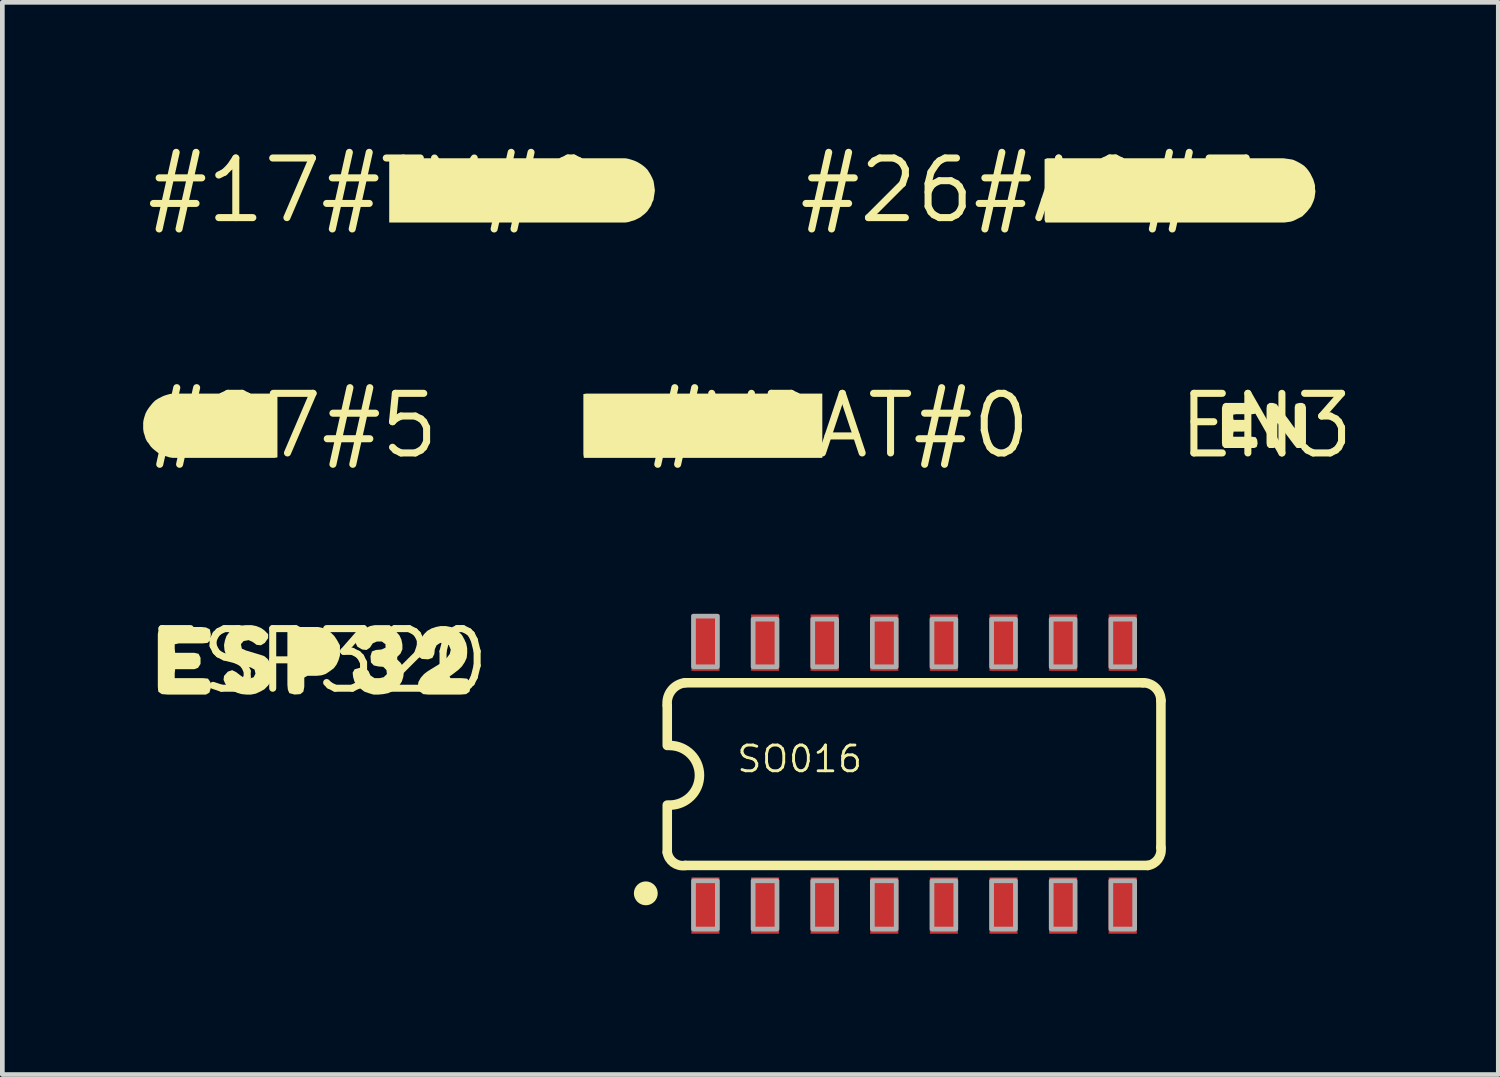
<source format=kicad_pcb>
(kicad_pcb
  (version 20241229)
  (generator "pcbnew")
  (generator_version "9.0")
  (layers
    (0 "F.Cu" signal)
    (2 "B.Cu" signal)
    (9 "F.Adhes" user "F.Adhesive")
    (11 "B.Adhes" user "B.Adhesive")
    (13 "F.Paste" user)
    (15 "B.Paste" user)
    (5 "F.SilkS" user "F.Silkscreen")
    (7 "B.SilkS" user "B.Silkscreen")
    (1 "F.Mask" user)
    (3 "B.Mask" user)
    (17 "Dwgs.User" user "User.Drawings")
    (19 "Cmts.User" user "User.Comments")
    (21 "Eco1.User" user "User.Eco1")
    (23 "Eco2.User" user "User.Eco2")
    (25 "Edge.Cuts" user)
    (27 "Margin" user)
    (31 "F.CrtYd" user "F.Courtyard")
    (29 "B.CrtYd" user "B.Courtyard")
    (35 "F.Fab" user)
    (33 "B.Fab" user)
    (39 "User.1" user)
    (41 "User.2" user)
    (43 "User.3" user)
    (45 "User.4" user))
  (footprint "#VBAT#0"
    (layer "F.Cu")
    (at 14.802 6.019)
    (property "Reference" "#VBAT#0" (at 0 0 0) (layer "F.SilkS") (effects (font (size 1.27 1.27) (thickness 0.15))))
    (fp_poly (pts (xy -0.335 0.685) (xy -5.414 0.685) (xy -5.425 0.61) (xy -5.425 -0.674) (xy -5.36 -0.685) (xy -0.335 -0.685)) (stroke (width 0) (type solid)) (fill yes) (layer "F.SilkS")))
  (footprint "EN3"
    (layer "F.Cu")
    (at 23.925 6.019)
    (property "Reference" "EN3" (at 0 0 0) (layer "F.SilkS") (effects (font (size 1.27 1.27) (thickness 0.15))))
    (fp_poly (pts (xy 0.213 -0.464) (xy 0.254 -0.413) (xy 0.464 -0.143) (xy 0.605 0.054) (xy 0.605 -0.401) (xy 0.626 -0.464) (xy 0.699 -0.485) (xy 0.771 -0.485) (xy 0.824 -0.453) (xy 0.845 -0.391) (xy 0.845 0.36) (xy 0.835 0.422) (xy 0.803 0.465) (xy 0.72 0.475) (xy 0.648 0.475) (xy 0.596 0.413) (xy 0.243 -0.058) (xy 0.235 -0.01) (xy 0.235 0.401) (xy 0.214 0.454) (xy 0.151 0.475) (xy 0.058 0.475) (xy 0.015 0.432) (xy 0.005 0.37) (xy 0.005 -0.37) (xy 0.015 -0.443) (xy 0.068 -0.485) (xy 0.141 -0.485)) (stroke (width 0) (type solid)) (fill yes) (layer "F.SilkS"))
    (fp_poly (pts (xy -0.206 -0.453) (xy -0.185 -0.38) (xy -0.195 -0.287) (xy -0.238 -0.255) (xy -0.31 -0.245) (xy -0.65 -0.245) (xy -0.705 -0.236) (xy -0.705 -0.17) (xy -0.696 -0.125) (xy -0.419 -0.125) (xy -0.367 -0.104) (xy -0.335 -0.051) (xy -0.335 0.041) (xy -0.367 0.094) (xy -0.419 0.115) (xy -0.5 0.125) (xy -0.696 0.125) (xy -0.705 0.18) (xy -0.705 0.235) (xy -0.3 0.235) (xy -0.227 0.245) (xy -0.195 0.298) (xy -0.185 0.38) (xy -0.206 0.454) (xy -0.259 0.475) (xy -0.892 0.475) (xy -0.935 0.432) (xy -0.945 0.37) (xy -0.945 -0.381) (xy -0.924 -0.453) (xy -0.882 -0.485) (xy -0.259 -0.485)) (stroke (width 0) (type solid)) (fill yes) (layer "F.SilkS")))
  (footprint "#26#A0#3"
    (layer "F.Cu")
    (at 18.867 1.006)
    (property "Reference" "#26#A0#3" (at 0 0 0) (layer "F.SilkS") (effects (font (size 1.27 1.27) (thickness 0.15))))
    (fp_poly (pts (xy 5.491 -0.675) (xy 5.561 -0.665) (xy 5.621 -0.655) (xy 5.692 -0.625) (xy 5.752 -0.594) (xy 5.803 -0.564) (xy 5.863 -0.524) (xy 5.914 -0.473) (xy 5.954 -0.423) (xy 5.994 -0.363) (xy 6.055 -0.242) (xy 6.075 -0.181) (xy 6.095 -0.111) (xy 6.095 -0.04) (xy 6.105 0.02) (xy 6.095 0.091) (xy 6.085 0.161) (xy 6.065 0.222) (xy 6.035 0.292) (xy 6.004 0.353) (xy 5.964 0.403) (xy 5.924 0.453) (xy 5.874 0.504) (xy 5.823 0.554) (xy 5.642 0.645) (xy 5.581 0.665) (xy 5.511 0.675) (xy 5.44 0.685) (xy 0.357 0.685) (xy 0.335 0.631) (xy 0.335 -0.663) (xy 0.389 -0.685) (xy 5.42 -0.685)) (stroke (width 0) (type solid)) (fill yes) (layer "F.SilkS")))
  (footprint "ESP320"
    (layer "F.Cu")
    (at 3.727 11.031)
    (property "Reference" "ESP320" (at 0 0 0) (layer "F.SilkS") (effects (font (size 1.27 1.27) (thickness 0.15))))
    (fp_poly (pts (xy 0.092 -0.705) (xy 0.182 -0.664) (xy 0.273 -0.604) (xy 0.344 -0.533) (xy 0.404 -0.443) (xy 0.454 -0.352) (xy 0.465 -0.331) (xy 0.465 -0.119) (xy 0.435 -0.018) (xy 0.394 0.073) (xy 0.334 0.154) (xy 0.253 0.214) (xy 0.167 0.272) (xy 0.167 0.273) (xy 0.162 0.275) (xy 0.158 0.277) (xy 0.157 0.276) (xy 0.071 0.305) (xy -0.03 0.315) (xy -0.229 0.315) (xy -0.295 0.353) (xy -0.295 0.55) (xy -0.315 0.653) (xy -0.378 0.705) (xy -0.5 0.715) (xy -0.614 0.684) (xy -0.645 0.611) (xy -0.655 0.51) (xy -0.655 -0.611) (xy -0.614 -0.694) (xy -0.521 -0.725) (xy 0.001 -0.725)) (stroke (width 0) (type solid)) (fill yes) (layer "F.SilkS"))
    (fp_poly (pts (xy -2.389 -0.715) (xy -2.306 -0.673) (xy -2.285 -0.56) (xy -2.305 -0.438) (xy -2.358 -0.385) (xy -2.47 -0.375) (xy -2.969 -0.375) (xy -3.055 -0.356) (xy -3.055 -0.26) (xy -3.046 -0.175) (xy -2.639 -0.175) (xy -2.547 -0.154) (xy -2.505 -0.071) (xy -2.505 0.061) (xy -2.557 0.144) (xy -2.639 0.175) (xy -3.046 0.175) (xy -3.055 0.26) (xy -3.055 0.365) (xy -2.45 0.365) (xy -2.347 0.375) (xy -2.295 0.448) (xy -2.285 0.571) (xy -2.316 0.673) (xy -2.389 0.715) (xy -3.21 0.715) (xy -3.332 0.705) (xy -3.405 0.653) (xy -3.415 0.55) (xy -3.415 -0.581) (xy -3.384 -0.673) (xy -3.312 -0.715) (xy -3.2 -0.725) (xy -2.49 -0.725)) (stroke (width 0) (type solid)) (fill yes) (layer "F.SilkS"))
    (fp_poly (pts (xy 2.822 -0.725) (xy 2.913 -0.684) (xy 2.993 -0.624) (xy 3.064 -0.553) (xy 3.114 -0.462) (xy 3.155 -0.372) (xy 3.175 -0.27) (xy 3.175 -0.17) (xy 3.165 -0.069) (xy 3.124 0.022) (xy 3.064 0.113) (xy 2.993 0.184) (xy 2.903 0.254) (xy 2.822 0.314) (xy 2.748 0.342) (xy 2.763 0.365) (xy 3.06 0.365) (xy 3.172 0.375) (xy 3.235 0.448) (xy 3.245 0.55) (xy 3.225 0.653) (xy 3.152 0.705) (xy 3.04 0.715) (xy 2.34 0.715) (xy 2.238 0.705) (xy 2.156 0.643) (xy 2.125 0.54) (xy 2.135 0.448) (xy 2.186 0.357) (xy 2.257 0.276) (xy 2.337 0.216) (xy 2.597 0.056) (xy 2.677 -0.004) (xy 2.746 -0.073) (xy 2.805 -0.152) (xy 2.825 -0.24) (xy 2.786 -0.337) (xy 2.709 -0.385) (xy 2.601 -0.385) (xy 2.524 -0.337) (xy 2.485 -0.249) (xy 2.475 -0.149) (xy 2.434 -0.066) (xy 2.341 -0.035) (xy 2.208 -0.045) (xy 2.135 -0.097) (xy 2.125 -0.19) (xy 2.135 -0.301) (xy 2.155 -0.392) (xy 2.196 -0.482) (xy 2.256 -0.573) (xy 2.327 -0.644) (xy 2.418 -0.695) (xy 2.509 -0.725) (xy 2.61 -0.745) (xy 2.72 -0.745)) (stroke (width 0) (type solid)) (fill yes) (layer "F.SilkS"))
    (fp_poly (pts (xy -1.319 -0.745) (xy -1.218 -0.704) (xy -1.147 -0.654) (xy -1.065 -0.572) (xy -1.065 -0.488) (xy -1.136 -0.386) (xy -1.219 -0.335) (xy -1.312 -0.345) (xy -1.393 -0.406) (xy -1.481 -0.445) (xy -1.587 -0.425) (xy -1.645 -0.359) (xy -1.626 -0.264) (xy -1.538 -0.225) (xy -1.339 -0.165) (xy -1.238 -0.135) (xy -1.147 -0.104) (xy -1.076 -0.043) (xy -1.015 0.048) (xy -0.985 0.139) (xy -0.975 0.25) (xy -0.985 0.351) (xy -1.015 0.452) (xy -1.076 0.533) (xy -1.147 0.604) (xy -1.238 0.654) (xy -1.328 0.695) (xy -1.43 0.715) (xy -1.53 0.715) (xy -1.631 0.705) (xy -1.732 0.675) (xy -1.823 0.624) (xy -1.913 0.554) (xy -1.974 0.493) (xy -2.015 0.401) (xy -2.005 0.318) (xy -1.923 0.226) (xy -1.83 0.195) (xy -1.747 0.236) (xy -1.657 0.306) (xy -1.568 0.365) (xy -1.47 0.375) (xy -1.374 0.346) (xy -1.335 0.269) (xy -1.354 0.183) (xy -1.442 0.135) (xy -1.541 0.125) (xy -1.642 0.095) (xy -1.732 0.055) (xy -1.823 0.014) (xy -1.904 -0.047) (xy -1.965 -0.138) (xy -1.995 -0.229) (xy -2.005 -0.34) (xy -1.985 -0.441) (xy -1.954 -0.532) (xy -1.894 -0.613) (xy -1.823 -0.684) (xy -1.732 -0.725) (xy -1.641 -0.755) (xy -1.53 -0.765) (xy -1.42 -0.765)) (stroke (width 0) (type solid)) (fill yes) (layer "F.SilkS"))
    (fp_poly (pts (xy 1.664 -0.623) (xy 1.734 -0.543) (xy 1.775 -0.452) (xy 1.795 -0.35) (xy 1.795 -0.249) (xy 1.754 -0.157) (xy 1.685 -0.088) (xy 1.685 -0.032) (xy 1.754 0.037) (xy 1.815 0.128) (xy 1.825 0.23) (xy 1.815 0.331) (xy 1.785 0.432) (xy 1.734 0.513) (xy 1.663 0.584) (xy 1.583 0.644) (xy 1.492 0.685) (xy 1.391 0.705) (xy 1.29 0.715) (xy 1.179 0.715) (xy 1.078 0.685) (xy 0.988 0.654) (xy 0.907 0.594) (xy 0.836 0.533) (xy 0.775 0.442) (xy 0.745 0.341) (xy 0.735 0.249) (xy 0.777 0.176) (xy 0.89 0.145) (xy 1.012 0.155) (xy 1.074 0.217) (xy 1.114 0.307) (xy 1.202 0.365) (xy 1.309 0.365) (xy 1.397 0.345) (xy 1.465 0.278) (xy 1.455 0.192) (xy 1.388 0.125) (xy 1.279 0.115) (xy 1.187 0.095) (xy 1.125 0.032) (xy 1.115 -0.101) (xy 1.146 -0.204) (xy 1.229 -0.235) (xy 1.349 -0.245) (xy 1.435 -0.283) (xy 1.435 -0.357) (xy 1.358 -0.415) (xy 1.251 -0.415) (xy 1.163 -0.376) (xy 1.104 -0.286) (xy 1.031 -0.235) (xy 0.938 -0.245) (xy 0.836 -0.306) (xy 0.795 -0.389) (xy 0.805 -0.471) (xy 0.856 -0.573) (xy 0.937 -0.654) (xy 1.018 -0.704) (xy 1.108 -0.745) (xy 1.21 -0.765) (xy 1.522 -0.765)) (stroke (width 0) (type solid)) (fill yes) (layer "F.SilkS")))
  (footprint "#27#5"
    (layer "F.Cu")
    (at 3.195 6.019)
    (property "Reference" "#27#5" (at 0 0 0) (layer "F.SilkS") (effects (font (size 1.27 1.27) (thickness 0.15))))
    (fp_poly (pts (xy -2.631 0.675) (xy -2.691 0.655) (xy -2.762 0.635) (xy -2.883 0.574) (xy -2.933 0.534) (xy -2.983 0.494) (xy -3.034 0.443) (xy -3.074 0.383) (xy -3.114 0.333) (xy -3.145 0.272) (xy -3.165 0.201) (xy -3.185 0.141) (xy -3.195 0.07) (xy -3.195 -0.07) (xy -3.185 -0.131) (xy -3.165 -0.201) (xy -3.145 -0.262) (xy -3.114 -0.323) (xy -3.074 -0.383) (xy -3.034 -0.433) (xy -2.994 -0.483) (xy -2.943 -0.534) (xy -2.883 -0.574) (xy -2.762 -0.635) (xy -2.701 -0.655) (xy -2.631 -0.675) (xy -2.56 -0.685) (xy -0.346 -0.685) (xy -0.335 -0.62) (xy -0.335 0.674) (xy -0.4 0.685) (xy -2.56 0.685)) (stroke (width 0) (type solid)) (fill yes) (layer "F.SilkS")))
  (footprint "SO016"
    (layer "F.Cu")
    (at 16.422 13.44)
    (property "Reference" "SO016" (at -3.81 0 0) (layer "F.SilkS") (effects (font (size 0.549 0.549) (thickness 0.061)) (justify left bottom)))
    (fp_line (start -5.258 -1.453) (end -5.258 -0.61) (stroke (width 0.203) (type solid)) (layer "F.SilkS"))
    (fp_line (start -5.258 1.665) (end -5.258 0.66) (stroke (width 0.203) (type solid)) (layer "F.SilkS"))
    (fp_line (start -4.877 1.946) (end 4.977 1.946) (stroke (width 0.203) (type solid)) (layer "F.SilkS"))
    (fp_line (start 4.877 -1.946) (end -4.877 -1.946) (stroke (width 0.203) (type solid)) (layer "F.SilkS"))
    (fp_line (start 5.258 1.565) (end 5.258 -1.565) (stroke (width 0.203) (type solid)) (layer "F.SilkS"))
    (fp_arc (start -5.2578 -1.4653) (mid -5.166948 -1.784731) (end -4.8768 -1.9463) (stroke (width 0.2032) (type solid)) (layer "F.SilkS"))
    (fp_arc (start -5.207 -0.6096) (mid -4.572 0.0254) (end -5.207 0.6604) (stroke (width 0.2032) (type solid)) (layer "F.SilkS"))
    (fp_arc (start -4.876799 1.946301) (mid -5.12554 1.884767) (end -5.2578 1.6653) (stroke (width 0.2032) (type solid)) (layer "F.SilkS"))
    (fp_arc (start 4.8768 -1.9463) (mid 5.146237 -1.834736) (end 5.2578 -1.565298) (stroke (width 0.2032) (type solid)) (layer "F.SilkS"))
    (fp_arc (start 5.2578 1.5653) (mid 5.196208 1.813997) (end 4.9768 1.9463) (stroke (width 0.2032) (type solid)) (layer "F.SilkS"))
    (fp_circle (center -5.715 2.54) (end -5.588 2.54) (stroke (width 0.254) (type solid)) (fill no) (layer "F.SilkS"))
    (fp_poly (pts (xy -4.699 -2.286) (xy -4.191 -2.286) (xy -4.191 -3.365) (xy -4.699 -3.365)) (stroke (width 0.1) (type solid)) (fill no) (layer "F.Fab"))
    (fp_poly (pts (xy -4.699 3.302) (xy -4.191 3.302) (xy -4.191 2.273) (xy -4.699 2.273)) (stroke (width 0.1) (type solid)) (fill no) (layer "F.Fab"))
    (fp_poly (pts (xy -3.429 -2.286) (xy -2.921 -2.286) (xy -2.921 -3.302) (xy -3.429 -3.302)) (stroke (width 0.1) (type solid)) (fill no) (layer "F.Fab"))
    (fp_poly (pts (xy -3.429 3.302) (xy -2.921 3.302) (xy -2.921 2.273) (xy -3.429 2.273)) (stroke (width 0.1) (type solid)) (fill no) (layer "F.Fab"))
    (fp_poly (pts (xy -2.159 -2.286) (xy -1.651 -2.286) (xy -1.651 -3.302) (xy -2.159 -3.302)) (stroke (width 0.1) (type solid)) (fill no) (layer "F.Fab"))
    (fp_poly (pts (xy -2.159 3.302) (xy -1.651 3.302) (xy -1.651 2.273) (xy -2.159 2.273)) (stroke (width 0.1) (type solid)) (fill no) (layer "F.Fab"))
    (fp_poly (pts (xy -0.889 -2.286) (xy -0.381 -2.286) (xy -0.381 -3.302) (xy -0.889 -3.302)) (stroke (width 0.1) (type solid)) (fill no) (layer "F.Fab"))
    (fp_poly (pts (xy -0.889 3.302) (xy -0.381 3.302) (xy -0.381 2.273) (xy -0.889 2.273)) (stroke (width 0.1) (type solid)) (fill no) (layer "F.Fab"))
    (fp_poly (pts (xy 0.381 -2.286) (xy 0.889 -2.286) (xy 0.889 -3.302) (xy 0.381 -3.302)) (stroke (width 0.1) (type solid)) (fill no) (layer "F.Fab"))
    (fp_poly (pts (xy 0.381 3.302) (xy 0.889 3.302) (xy 0.889 2.273) (xy 0.381 2.273)) (stroke (width 0.1) (type solid)) (fill no) (layer "F.Fab"))
    (fp_poly (pts (xy 1.651 -2.286) (xy 2.159 -2.286) (xy 2.159 -3.302) (xy 1.651 -3.302)) (stroke (width 0.1) (type solid)) (fill no) (layer "F.Fab"))
    (fp_poly (pts (xy 1.651 3.302) (xy 2.159 3.302) (xy 2.159 2.273) (xy 1.651 2.273)) (stroke (width 0.1) (type solid)) (fill no) (layer "F.Fab"))
    (fp_poly (pts (xy 2.921 -2.286) (xy 3.429 -2.286) (xy 3.429 -3.302) (xy 2.921 -3.302)) (stroke (width 0.1) (type solid)) (fill no) (layer "F.Fab"))
    (fp_poly (pts (xy 2.921 3.302) (xy 3.429 3.302) (xy 3.429 2.273) (xy 2.921 2.273)) (stroke (width 0.1) (type solid)) (fill no) (layer "F.Fab"))
    (fp_poly (pts (xy 4.191 -2.286) (xy 4.699 -2.286) (xy 4.699 -3.302) (xy 4.191 -3.302)) (stroke (width 0.1) (type solid)) (fill no) (layer "F.Fab"))
    (fp_poly (pts (xy 4.191 3.302) (xy 4.699 3.302) (xy 4.699 2.273) (xy 4.191 2.273)) (stroke (width 0.1) (type solid)) (fill no) (layer "F.Fab"))
    (pad "1" smd rect (at -4.445 2.8) (size 0.6 1.2) (layers "F.Cu" "F.Mask" "F.Paste"))
    (pad "2" smd rect (at -3.175 2.8) (size 0.6 1.2) (layers "F.Cu" "F.Mask" "F.Paste"))
    (pad "3" smd rect (at -1.905 2.8) (size 0.6 1.2) (layers "F.Cu" "F.Mask" "F.Paste"))
    (pad "4" smd rect (at -0.635 2.8) (size 0.6 1.2) (layers "F.Cu" "F.Mask" "F.Paste"))
    (pad "5" smd rect (at 0.635 2.8) (size 0.6 1.2) (layers "F.Cu" "F.Mask" "F.Paste"))
    (pad "6" smd rect (at 1.905 2.8) (size 0.6 1.2) (layers "F.Cu" "F.Mask" "F.Paste"))
    (pad "7" smd rect (at 3.175 2.8) (size 0.6 1.2) (layers "F.Cu" "F.Mask" "F.Paste"))
    (pad "8" smd rect (at 4.445 2.8) (size 0.6 1.2) (layers "F.Cu" "F.Mask" "F.Paste"))
    (pad "9" smd rect (at 4.445 -2.8) (size 0.6 1.2) (layers "F.Cu" "F.Mask" "F.Paste"))
    (pad "10" smd rect (at 3.175 -2.8) (size 0.6 1.2) (layers "F.Cu" "F.Mask" "F.Paste"))
    (pad "11" smd rect (at 1.905 -2.8) (size 0.6 1.2) (layers "F.Cu" "F.Mask" "F.Paste"))
    (pad "12" smd rect (at 0.635 -2.8) (size 0.6 1.2) (layers "F.Cu" "F.Mask" "F.Paste"))
    (pad "13" smd rect (at -0.635 -2.8) (size 0.6 1.2) (layers "F.Cu" "F.Mask" "F.Paste"))
    (pad "14" smd rect (at -1.905 -2.8) (size 0.6 1.2) (layers "F.Cu" "F.Mask" "F.Paste"))
    (pad "15" smd rect (at -3.175 -2.8) (size 0.6 1.2) (layers "F.Cu" "F.Mask" "F.Paste"))
    (pad "16" smd rect (at -4.445 -2.8) (size 0.6 1.2) (layers "F.Cu" "F.Mask" "F.Paste")))
  (footprint "#17#TX#0"
    (layer "F.Cu")
    (at 4.906 1.006)
    (property "Reference" "#17#TX#0" (at 0 0 0) (layer "F.SilkS") (effects (font (size 1.27 1.27) (thickness 0.15))))
    (fp_poly (pts (xy 5.421 -0.675) (xy 5.491 -0.655) (xy 5.552 -0.635) (xy 5.622 -0.604) (xy 5.673 -0.574) (xy 5.733 -0.534) (xy 5.783 -0.494) (xy 5.834 -0.443) (xy 5.874 -0.383) (xy 5.904 -0.332) (xy 5.935 -0.272) (xy 5.965 -0.201) (xy 5.975 -0.141) (xy 5.985 -0.071) (xy 5.995 0) (xy 5.985 0.071) (xy 5.975 0.131) (xy 5.965 0.202) (xy 5.935 0.262) (xy 5.915 0.322) (xy 5.834 0.443) (xy 5.783 0.494) (xy 5.733 0.534) (xy 5.683 0.574) (xy 5.562 0.635) (xy 5.491 0.655) (xy 5.431 0.675) (xy 5.36 0.685) (xy 0.335 0.685) (xy 0.335 -0.685) (xy 5.36 -0.685)) (stroke (width 0) (type solid)) (fill yes) (layer "F.SilkS")))
  (gr_rect
    (start -3 -3)
    (end 28.867 19.84)
    (stroke (width 0.1) (type default))
    (fill no)
    (layer "Edge.Cuts")))
</source>
